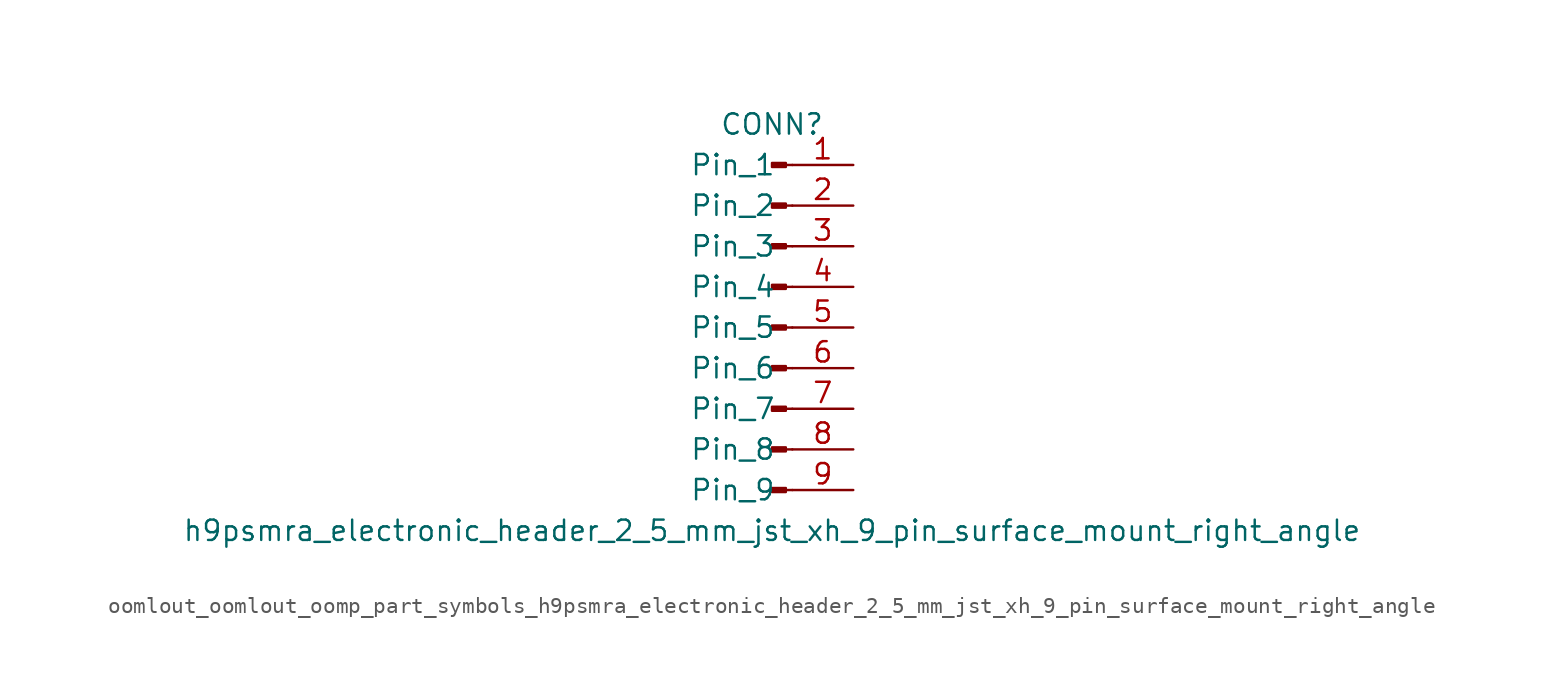
<source format=kicad_sym>
(kicad_symbol_lib
  (version 20220914)
  (generator kicad_symbol_editor)
  (symbol "oomlout_oomlout_oomp_part_symbols_h9psmra_electronic_header_2_5_mm_jst_xh_9_pin_surface_mount_right_angle"
    (pin_names
      (offset 1.016))
    (property "Reference" "CONN"
      (at 0 12.7 0)
      (effects (font (size 1.27 1.27))))
    (property "Value" "h9psmra_electronic_header_2_5_mm_jst_xh_9_pin_surface_mount_right_angle"
      (at 0 -12.7 0)
      (effects (font (size 1.27 1.27))))
    (property "ki_locked" ""
      (at 0 0 0)
      (effects (font (size 1.27 1.27))))
    (symbol "oomlout_oomlout_oomp_part_symbols_h9psmra_electronic_header_2_5_mm_jst_xh_9_pin_surface_mount_right_angle_1_1"
      (polyline (pts (xy 1.27 -10.16) (xy 0.864 -10.16)) (stroke (width 0.152) (type default)) (fill (type none)))
      (polyline (pts (xy 1.27 -7.62) (xy 0.864 -7.62)) (stroke (width 0.152) (type default)) (fill (type none)))
      (polyline (pts (xy 1.27 -5.08) (xy 0.864 -5.08)) (stroke (width 0.152) (type default)) (fill (type none)))
      (polyline (pts (xy 1.27 -2.54) (xy 0.864 -2.54)) (stroke (width 0.152) (type default)) (fill (type none)))
      (polyline (pts (xy 1.27 0) (xy 0.864 0)) (stroke (width 0.152) (type default)) (fill (type none)))
      (polyline (pts (xy 1.27 2.54) (xy 0.864 2.54)) (stroke (width 0.152) (type default)) (fill (type none)))
      (polyline (pts (xy 1.27 5.08) (xy 0.864 5.08)) (stroke (width 0.152) (type default)) (fill (type none)))
      (polyline (pts (xy 1.27 7.62) (xy 0.864 7.62)) (stroke (width 0.152) (type default)) (fill (type none)))
      (polyline (pts (xy 1.27 10.16) (xy 0.864 10.16)) (stroke (width 0.152) (type default)) (fill (type none)))
      (rectangle (start 0.864 -10.033) (end 0 -10.287) (stroke (width 0.152) (type default)) (fill (type outline)))
      (rectangle (start 0.864 -7.493) (end 0 -7.747) (stroke (width 0.152) (type default)) (fill (type outline)))
      (rectangle (start 0.864 -4.953) (end 0 -5.207) (stroke (width 0.152) (type default)) (fill (type outline)))
      (rectangle (start 0.864 -2.413) (end 0 -2.667) (stroke (width 0.152) (type default)) (fill (type outline)))
      (rectangle (start 0.864 0.127) (end 0 -0.127) (stroke (width 0.152) (type default)) (fill (type outline)))
      (rectangle (start 0.864 2.667) (end 0 2.413) (stroke (width 0.152) (type default)) (fill (type outline)))
      (rectangle (start 0.864 5.207) (end 0 4.953) (stroke (width 0.152) (type default)) (fill (type outline)))
      (rectangle (start 0.864 7.747) (end 0 7.493) (stroke (width 0.152) (type default)) (fill (type outline)))
      (rectangle (start 0.864 10.287) (end 0 10.033) (stroke (width 0.152) (type default)) (fill (type outline)))
      (pin passive line (at 5.08 10.16 180) (length 3.81) (name "Pin_1" (effects (font (size 1.27 1.27)))) (number "1" (effects (font (size 1.27 1.27)))))
      (pin passive line (at 5.08 7.62 180) (length 3.81) (name "Pin_2" (effects (font (size 1.27 1.27)))) (number "2" (effects (font (size 1.27 1.27)))))
      (pin passive line (at 5.08 5.08 180) (length 3.81) (name "Pin_3" (effects (font (size 1.27 1.27)))) (number "3" (effects (font (size 1.27 1.27)))))
      (pin passive line (at 5.08 2.54 180) (length 3.81) (name "Pin_4" (effects (font (size 1.27 1.27)))) (number "4" (effects (font (size 1.27 1.27)))))
      (pin passive line (at 5.08 0 180) (length 3.81) (name "Pin_5" (effects (font (size 1.27 1.27)))) (number "5" (effects (font (size 1.27 1.27)))))
      (pin passive line (at 5.08 -2.54 180) (length 3.81) (name "Pin_6" (effects (font (size 1.27 1.27)))) (number "6" (effects (font (size 1.27 1.27)))))
      (pin passive line (at 5.08 -5.08 180) (length 3.81) (name "Pin_7" (effects (font (size 1.27 1.27)))) (number "7" (effects (font (size 1.27 1.27)))))
      (pin passive line (at 5.08 -7.62 180) (length 3.81) (name "Pin_8" (effects (font (size 1.27 1.27)))) (number "8" (effects (font (size 1.27 1.27)))))
      (pin passive line (at 5.08 -10.16 180) (length 3.81) (name "Pin_9" (effects (font (size 1.27 1.27)))) (number "9" (effects (font (size 1.27 1.27))))))))
</source>
